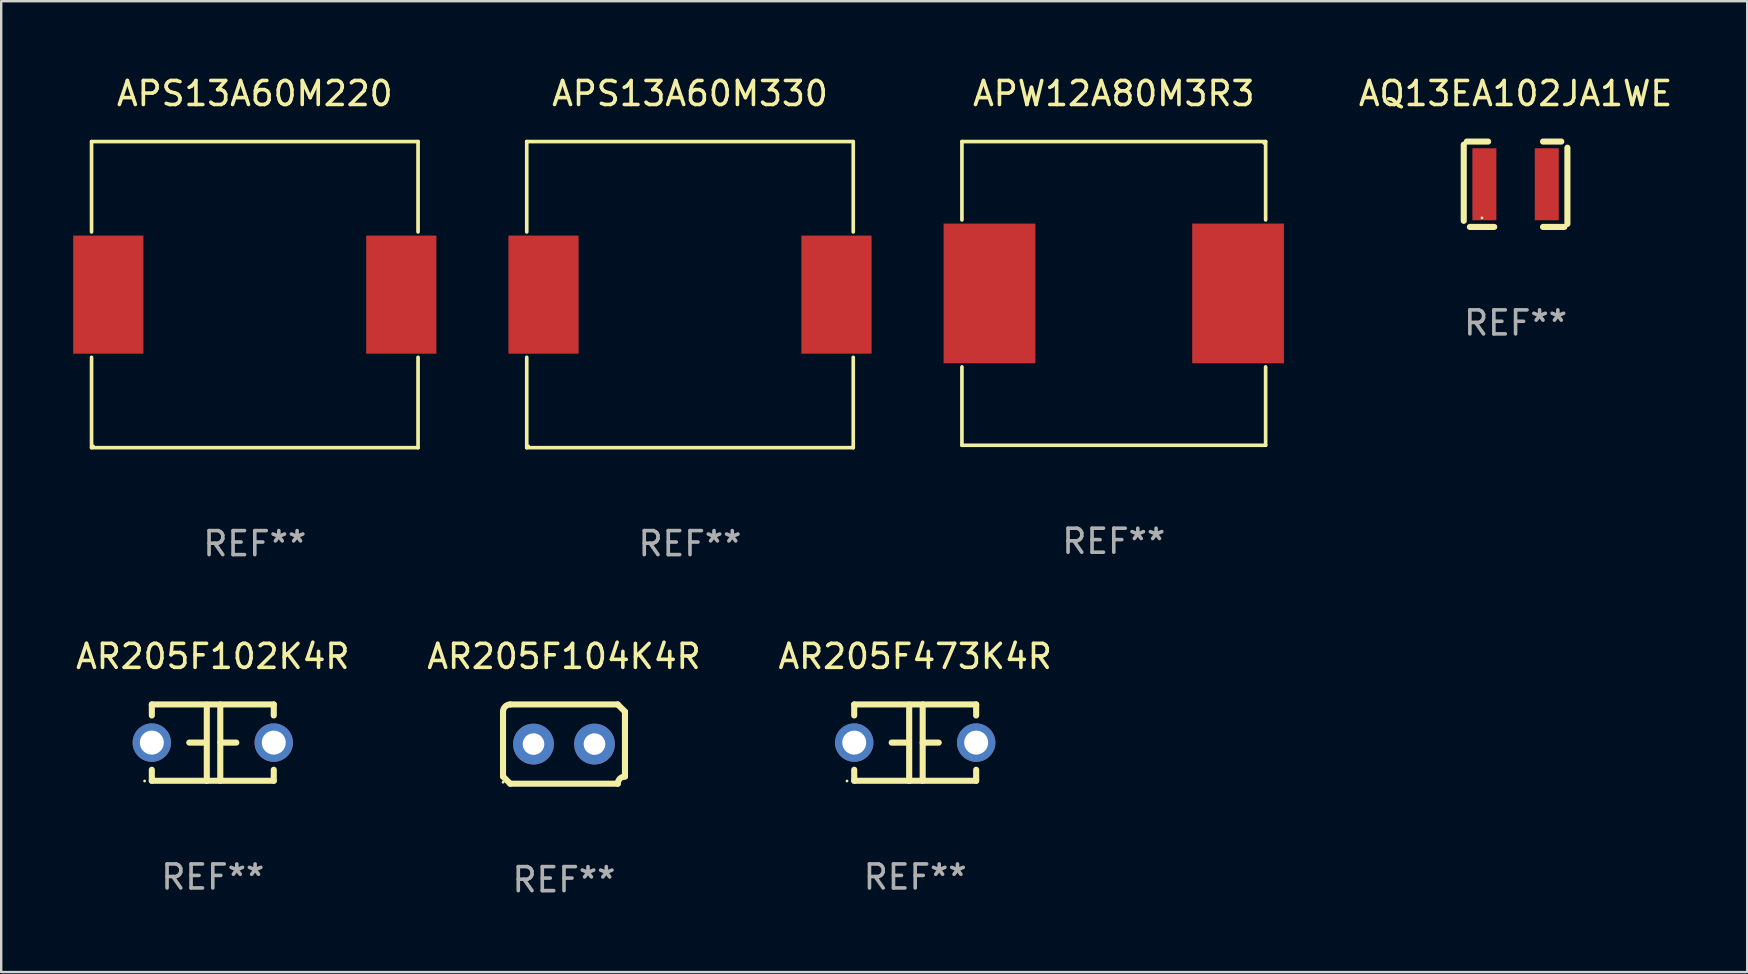
<source format=kicad_pcb>
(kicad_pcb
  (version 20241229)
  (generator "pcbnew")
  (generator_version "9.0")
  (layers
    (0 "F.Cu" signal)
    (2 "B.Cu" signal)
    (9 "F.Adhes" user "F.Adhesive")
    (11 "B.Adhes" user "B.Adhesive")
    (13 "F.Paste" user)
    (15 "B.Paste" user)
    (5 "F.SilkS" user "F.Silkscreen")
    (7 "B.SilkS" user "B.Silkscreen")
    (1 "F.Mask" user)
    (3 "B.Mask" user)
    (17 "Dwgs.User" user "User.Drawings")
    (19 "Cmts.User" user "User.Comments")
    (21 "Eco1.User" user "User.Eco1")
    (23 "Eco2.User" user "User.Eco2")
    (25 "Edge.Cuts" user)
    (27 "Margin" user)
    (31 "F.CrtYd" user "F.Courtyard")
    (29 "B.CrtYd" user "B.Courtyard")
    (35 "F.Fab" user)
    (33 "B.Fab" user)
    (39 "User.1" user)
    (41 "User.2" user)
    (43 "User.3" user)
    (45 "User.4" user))
  (footprint "APW12A80M3R3"
    (layer "F.Cu")
    (at 43.35 9.174)
    (property "Reference" "APW12A80M3R3" (at 0 -8.326 0) (layer "F.SilkS") (effects (font (size 1 1) (thickness 0.15))))
    (attr through_hole)
    (fp_line (start -6.326 -6.326) (end 6.326 -6.326) (stroke (width 0.152) (type solid)) (layer "F.SilkS"))
    (fp_line (start -6.326 -3.062) (end -6.326 -6.326) (stroke (width 0.152) (type solid)) (layer "F.SilkS"))
    (fp_line (start -6.326 3.062) (end -6.326 6.326) (stroke (width 0.152) (type solid)) (layer "F.SilkS"))
    (fp_line (start -6.326 6.326) (end 6.326 6.326) (stroke (width 0.152) (type solid)) (layer "F.SilkS"))
    (fp_line (start 6.326 -6.326) (end 6.326 -3.062) (stroke (width 0.152) (type solid)) (layer "F.SilkS"))
    (fp_line (start 6.326 6.326) (end 6.326 3.062) (stroke (width 0.152) (type solid)) (layer "F.SilkS"))
    (fp_circle (center 6.25 -6.25) (end 6.28 -6.25) (stroke (width 0.06) (type solid)) (fill no) (layer "F.SilkS"))
    (fp_text user "REF**" (at 0 10.326 0) (layer "F.Fab") (effects (font (size 1 1) (thickness 0.15))))
    (pad "1" smd rect (at 5.178 0) (size 3.824 5.82) (layers "F.Cu" "F.Mask" "F.Paste"))
    (pad "2" smd rect (at -5.178 0) (size 3.824 5.82) (layers "F.Cu" "F.Mask" "F.Paste")))
  (footprint "AQ13EA102JA1WE"
    (layer "F.Cu")
    (at 60.089 4.626)
    (property "Reference" "AQ13EA102JA1WE" (at 0 -3.778 0) (layer "F.SilkS") (effects (font (size 1 1) (thickness 0.15))))
    (attr through_hole)
    (fp_line (start -2.159 -1.651) (end -2.159 1.524) (stroke (width 0.254) (type solid)) (layer "F.SilkS"))
    (fp_line (start -1.905 1.778) (end -0.889 1.778) (stroke (width 0.254) (type solid)) (layer "F.SilkS"))
    (fp_line (start -1.143 -1.778) (end -2.032 -1.778) (stroke (width 0.254) (type solid)) (layer "F.SilkS"))
    (fp_line (start 1.143 1.778) (end 2.032 1.778) (stroke (width 0.254) (type solid)) (layer "F.SilkS"))
    (fp_line (start 1.905 -1.778) (end 1.143 -1.778) (stroke (width 0.254) (type solid)) (layer "F.SilkS"))
    (fp_line (start 2.159 1.651) (end 2.159 -1.524) (stroke (width 0.254) (type solid)) (layer "F.SilkS"))
    (fp_circle (center -1.4 1.4) (end -1.37 1.4) (stroke (width 0.06) (type solid)) (fill no) (layer "F.SilkS"))
    (fp_text user "REF**" (at 0 5.778 0) (layer "F.Fab") (effects (font (size 1 1) (thickness 0.15))))
    (pad "1" smd rect (at -1.3 0) (size 1 3) (layers "F.Cu" "F.Mask" "F.Paste"))
    (pad "2" smd rect (at 1.3 0) (size 1 3) (layers "F.Cu" "F.Mask" "F.Paste")))
  (footprint "AR205F473K4R"
    (layer "F.Cu")
    (at 35.077 27.892)
    (property "Reference" "AR205F473K4R" (at 0 -3.595 0) (layer "F.SilkS") (effects (font (size 1 1) (thickness 0.15))))
    (attr through_hole)
    (fp_line (start -2.54 -1.595) (end -2.54 -1.136) (stroke (width 0.254) (type solid)) (layer "F.SilkS"))
    (fp_line (start -2.54 -1.595) (end 2.54 -1.595) (stroke (width 0.254) (type solid)) (layer "F.SilkS"))
    (fp_line (start -2.54 1.126) (end -2.54 1.585) (stroke (width 0.254) (type solid)) (layer "F.SilkS"))
    (fp_line (start -0.312 -0.005) (end -0.98 -0.005) (stroke (width 0.254) (type solid)) (layer "F.SilkS"))
    (fp_line (start -0.25 -1.585) (end -0.25 1.595) (stroke (width 0.254) (type solid)) (layer "F.SilkS"))
    (fp_line (start 0.312 -1.595) (end 0.312 1.585) (stroke (width 0.254) (type solid)) (layer "F.SilkS"))
    (fp_line (start 0.312 -0.005) (end 0.98 -0.005) (stroke (width 0.254) (type solid)) (layer "F.SilkS"))
    (fp_line (start 2.54 -1.595) (end 2.54 -1.136) (stroke (width 0.254) (type solid)) (layer "F.SilkS"))
    (fp_line (start 2.54 1.126) (end 2.54 1.585) (stroke (width 0.254) (type solid)) (layer "F.SilkS"))
    (fp_line (start 2.54 1.585) (end -2.54 1.585) (stroke (width 0.254) (type solid)) (layer "F.SilkS"))
    (fp_circle (center -2.84 1.595) (end -2.81 1.595) (stroke (width 0.06) (type solid)) (fill no) (layer "F.SilkS"))
    (fp_text user "REF**" (at 0 5.595 0) (layer "F.Fab") (effects (font (size 1 1) (thickness 0.15))))
    (pad "1" thru_hole circle (at -2.54 -0.005) (size 1.6 1.6) (drill 1) (layers "*.Cu" "*.Mask"))
    (pad "2" thru_hole circle (at 2.54 -0.005) (size 1.6 1.6) (drill 1) (layers "*.Cu" "*.Mask")))
  (footprint "APS13A60M330"
    (layer "F.Cu")
    (at 25.695 9.224)
    (property "Reference" "APS13A60M330" (at 0 -8.376 0) (layer "F.SilkS") (effects (font (size 1 1) (thickness 0.15))))
    (attr through_hole)
    (fp_line (start -6.801 -6.376) (end 6.801 -6.376) (stroke (width 0.152) (type solid)) (layer "F.SilkS"))
    (fp_line (start -6.801 -2.612) (end -6.801 -6.376) (stroke (width 0.152) (type solid)) (layer "F.SilkS"))
    (fp_line (start -6.801 2.612) (end -6.801 6.376) (stroke (width 0.152) (type solid)) (layer "F.SilkS"))
    (fp_line (start -6.801 6.376) (end 6.801 6.376) (stroke (width 0.152) (type solid)) (layer "F.SilkS"))
    (fp_line (start 6.801 -6.376) (end 6.801 -2.612) (stroke (width 0.152) (type solid)) (layer "F.SilkS"))
    (fp_line (start 6.801 6.376) (end 6.801 2.612) (stroke (width 0.152) (type solid)) (layer "F.SilkS"))
    (fp_circle (center -6.725 6.3) (end -6.695 6.3) (stroke (width 0.06) (type solid)) (fill no) (layer "F.SilkS"))
    (fp_text user "REF**" (at 0 10.376 0) (layer "F.Fab") (effects (font (size 1 1) (thickness 0.15))))
    (pad "1" smd rect (at 6.103 0) (size 2.924 4.92) (layers "F.Cu" "F.Mask" "F.Paste"))
    (pad "2" smd rect (at -6.103 0) (size 2.924 4.92) (layers "F.Cu" "F.Mask" "F.Paste")))
  (footprint "AR205F104K4R"
    (layer "F.Cu")
    (at 20.446 27.948)
    (property "Reference" "AR205F104K4R" (at 0 -3.651 0) (layer "F.SilkS") (effects (font (size 1 1) (thickness 0.15))))
    (attr through_hole)
    (fp_line (start -2.54 -1.351) (end -2.54 1.351) (stroke (width 0.254) (type solid)) (layer "F.SilkS"))
    (fp_line (start -2.24 -1.651) (end 2.24 -1.651) (stroke (width 0.254) (type solid)) (layer "F.SilkS"))
    (fp_line (start 2.24 1.651) (end -2.24 1.651) (stroke (width 0.254) (type solid)) (layer "F.SilkS"))
    (fp_line (start 2.54 1.351) (end 2.54 -1.351) (stroke (width 0.254) (type solid)) (layer "F.SilkS"))
    (fp_arc (start -2.540005 -1.351283) (mid -2.450115 -1.561309) (end -2.240005 -1.651003) (stroke (width 0.254001) (type solid)) (layer "F.SilkS"))
    (fp_arc (start -2.240287 1.651001) (mid -2.390163 1.501019) (end -2.540005 1.351003) (stroke (width 0.254001) (type solid)) (layer "F.SilkS"))
    (fp_arc (start 2.240005 1.651003) (mid 2.329934 1.441015) (end 2.540005 1.351282) (stroke (width 0.254001) (type solid)) (layer "F.SilkS"))
    (fp_arc (start 2.540005 -1.351003) (mid 2.389393 -1.500252) (end 2.240284 -1.651003) (stroke (width 0.254001) (type solid)) (layer "F.SilkS"))
    (fp_circle (center -2.54 1.59) (end -2.51 1.59) (stroke (width 0.06) (type solid)) (fill no) (layer "F.SilkS"))
    (fp_text user "REF**" (at 0 5.651 0) (layer "F.Fab") (effects (font (size 1 1) (thickness 0.15))))
    (pad "1" thru_hole circle (at -1.27 0) (size 1.7 1.7) (drill 0.9) (layers "*.Cu" "*.Mask"))
    (pad "2" thru_hole circle (at 1.27 0) (size 1.7 1.7) (drill 0.9) (layers "*.Cu" "*.Mask")))
  (footprint "APS13A60M220"
    (layer "F.Cu")
    (at 7.565 9.224)
    (property "Reference" "APS13A60M220" (at 0 -8.376 0) (layer "F.SilkS") (effects (font (size 1 1) (thickness 0.15))))
    (attr through_hole)
    (fp_line (start -6.801 -6.376) (end 6.801 -6.376) (stroke (width 0.152) (type solid)) (layer "F.SilkS"))
    (fp_line (start -6.801 -2.612) (end -6.801 -6.376) (stroke (width 0.152) (type solid)) (layer "F.SilkS"))
    (fp_line (start -6.801 2.612) (end -6.801 6.376) (stroke (width 0.152) (type solid)) (layer "F.SilkS"))
    (fp_line (start -6.801 6.376) (end 6.801 6.376) (stroke (width 0.152) (type solid)) (layer "F.SilkS"))
    (fp_line (start 6.801 -6.376) (end 6.801 -2.612) (stroke (width 0.152) (type solid)) (layer "F.SilkS"))
    (fp_line (start 6.801 6.376) (end 6.801 2.612) (stroke (width 0.152) (type solid)) (layer "F.SilkS"))
    (fp_circle (center -6.725 6.3) (end -6.695 6.3) (stroke (width 0.06) (type solid)) (fill no) (layer "F.SilkS"))
    (fp_text user "REF**" (at 0 10.376 0) (layer "F.Fab") (effects (font (size 1 1) (thickness 0.15))))
    (pad "1" smd rect (at 6.103 0) (size 2.924 4.92) (layers "F.Cu" "F.Mask" "F.Paste"))
    (pad "2" smd rect (at -6.103 0) (size 2.924 4.92) (layers "F.Cu" "F.Mask" "F.Paste")))
  (footprint "AR205F102K4R"
    (layer "F.Cu")
    (at 5.815 27.892)
    (property "Reference" "AR205F102K4R" (at 0 -3.595 0) (layer "F.SilkS") (effects (font (size 1 1) (thickness 0.15))))
    (attr through_hole)
    (fp_line (start -2.54 -1.595) (end -2.54 -1.136) (stroke (width 0.254) (type solid)) (layer "F.SilkS"))
    (fp_line (start -2.54 -1.595) (end 2.54 -1.595) (stroke (width 0.254) (type solid)) (layer "F.SilkS"))
    (fp_line (start -2.54 1.126) (end -2.54 1.585) (stroke (width 0.254) (type solid)) (layer "F.SilkS"))
    (fp_line (start -0.312 -0.005) (end -0.98 -0.005) (stroke (width 0.254) (type solid)) (layer "F.SilkS"))
    (fp_line (start -0.25 -1.585) (end -0.25 1.595) (stroke (width 0.254) (type solid)) (layer "F.SilkS"))
    (fp_line (start 0.312 -1.595) (end 0.312 1.585) (stroke (width 0.254) (type solid)) (layer "F.SilkS"))
    (fp_line (start 0.312 -0.005) (end 0.98 -0.005) (stroke (width 0.254) (type solid)) (layer "F.SilkS"))
    (fp_line (start 2.54 -1.595) (end 2.54 -1.136) (stroke (width 0.254) (type solid)) (layer "F.SilkS"))
    (fp_line (start 2.54 1.126) (end 2.54 1.585) (stroke (width 0.254) (type solid)) (layer "F.SilkS"))
    (fp_line (start 2.54 1.585) (end -2.54 1.585) (stroke (width 0.254) (type solid)) (layer "F.SilkS"))
    (fp_circle (center -2.84 1.595) (end -2.81 1.595) (stroke (width 0.06) (type solid)) (fill no) (layer "F.SilkS"))
    (fp_text user "REF**" (at 0 5.595 0) (layer "F.Fab") (effects (font (size 1 1) (thickness 0.15))))
    (pad "1" thru_hole circle (at -2.54 -0.005) (size 1.6 1.6) (drill 1) (layers "*.Cu" "*.Mask"))
    (pad "2" thru_hole circle (at 2.54 -0.005) (size 1.6 1.6) (drill 1) (layers "*.Cu" "*.Mask")))
  (gr_rect
    (start -3 -3)
    (end 69.738 37.447)
    (stroke (width 0.1) (type default))
    (fill no)
    (layer "Edge.Cuts")))
</source>
